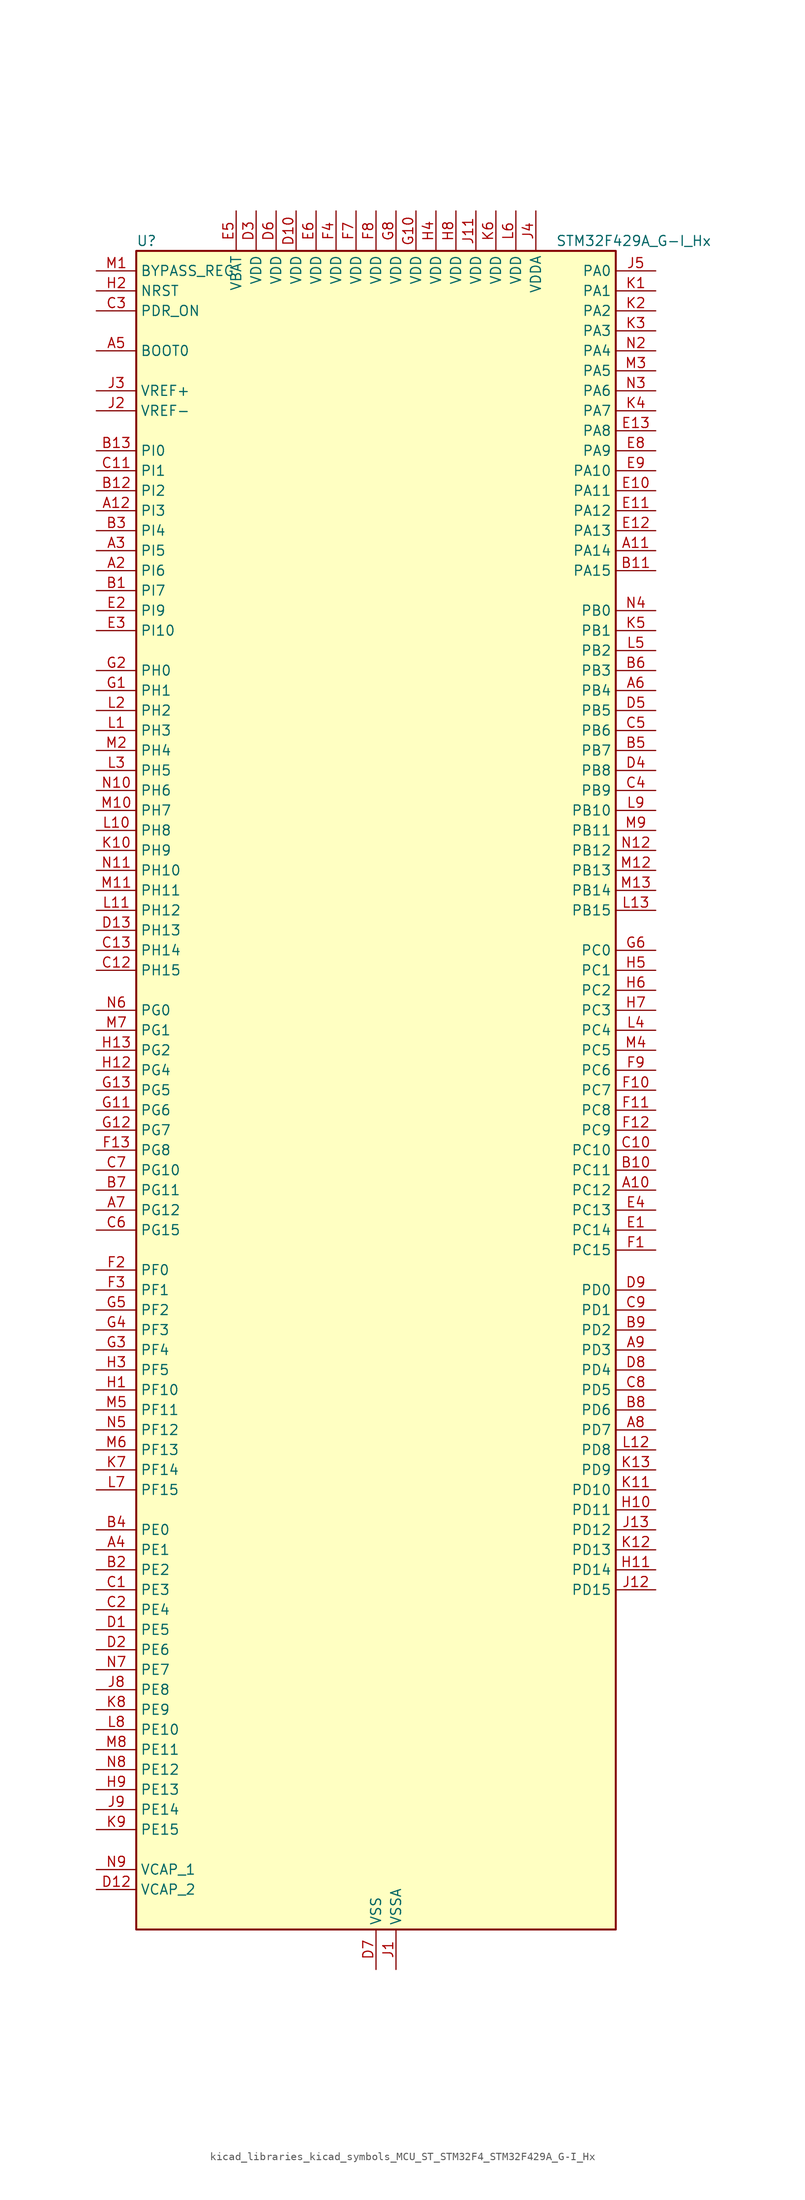
<source format=kicad_sym>
(kicad_symbol_lib
  (version 20220914)
  (generator kicad_symbol_editor)
  (symbol "kicad_libraries_kicad_symbols_MCU_ST_STM32F4_STM32F429A_G-I_Hx"
    (property "Reference" "U"
      (at -30.48 107.95 0)
      (effects (font (size 1.27 1.27)) (justify left)))
    (property "Value" "STM32F429A_G-I_Hx"
      (at 22.86 107.95 0)
      (effects (font (size 1.27 1.27)) (justify left)))
    (property "ki_locked" ""
      (at 0 0 0)
      (effects (font (size 1.27 1.27))))
    (symbol "kicad_libraries_kicad_symbols_MCU_ST_STM32F4_STM32F429A_G-I_Hx_0_1"
      (rectangle (start -30.48 -106.68) (end 30.48 106.68) (stroke (width 0.254) (type default)) (fill (type background))))
    (symbol "kicad_libraries_kicad_symbols_MCU_ST_STM32F4_STM32F429A_G-I_Hx_1_1"
      (pin no_connect line (at -30.48 -106.68 0) (length 5.08) hide (name "NC" (effects (font (size 1.27 1.27)))) (number "A1" (effects (font (size 1.27 1.27)))))
      (pin bidirectional line (at 35.56 -12.7 180) (length 5.08) (name "PC12" (effects (font (size 1.27 1.27)))) (number "A10" (effects (font (size 1.27 1.27)))) (alternate "DCMI_D9" bidirectional line) (alternate "I2S3_SD" bidirectional line) (alternate "SDIO_CK" bidirectional line) (alternate "SPI3_MOSI" bidirectional line) (alternate "UART5_TX" bidirectional line) (alternate "USART3_CK" bidirectional line))
      (pin bidirectional line (at 35.56 68.58 180) (length 5.08) (name "PA14" (effects (font (size 1.27 1.27)))) (number "A11" (effects (font (size 1.27 1.27)))) (alternate "SYS_JTCK-SWCLK" bidirectional line))
      (pin bidirectional line (at -35.56 73.66 0) (length 5.08) (name "PI3" (effects (font (size 1.27 1.27)))) (number "A12" (effects (font (size 1.27 1.27)))) (alternate "DCMI_D10" bidirectional line) (alternate "FMC_D27" bidirectional line) (alternate "I2S2_SD" bidirectional line) (alternate "SPI2_MOSI" bidirectional line) (alternate "TIM8_ETR" bidirectional line))
      (pin no_connect line (at -30.48 -104.14 0) (length 5.08) hide (name "NC" (effects (font (size 1.27 1.27)))) (number "A13" (effects (font (size 1.27 1.27)))))
      (pin bidirectional line (at -35.56 66.04 0) (length 5.08) (name "PI6" (effects (font (size 1.27 1.27)))) (number "A2" (effects (font (size 1.27 1.27)))) (alternate "DCMI_D6" bidirectional line) (alternate "FMC_D28" bidirectional line) (alternate "LTDC_B6" bidirectional line) (alternate "TIM8_CH2" bidirectional line))
      (pin bidirectional line (at -35.56 68.58 0) (length 5.08) (name "PI5" (effects (font (size 1.27 1.27)))) (number "A3" (effects (font (size 1.27 1.27)))) (alternate "DCMI_VSYNC" bidirectional line) (alternate "FMC_NBL3" bidirectional line) (alternate "LTDC_B5" bidirectional line) (alternate "TIM8_CH1" bidirectional line))
      (pin bidirectional line (at -35.56 -58.42 0) (length 5.08) (name "PE1" (effects (font (size 1.27 1.27)))) (number "A4" (effects (font (size 1.27 1.27)))) (alternate "DCMI_D3" bidirectional line) (alternate "FMC_NBL1" bidirectional line) (alternate "UART8_TX" bidirectional line))
      (pin input line (at -35.56 93.98 0) (length 5.08) (name "BOOT0" (effects (font (size 1.27 1.27)))) (number "A5" (effects (font (size 1.27 1.27)))))
      (pin bidirectional line (at 35.56 50.8 180) (length 5.08) (name "PB4" (effects (font (size 1.27 1.27)))) (number "A6" (effects (font (size 1.27 1.27)))) (alternate "I2S3_ext_SD" bidirectional line) (alternate "SPI1_MISO" bidirectional line) (alternate "SPI3_MISO" bidirectional line) (alternate "SYS_JTRST" bidirectional line) (alternate "TIM3_CH1" bidirectional line))
      (pin bidirectional line (at -35.56 -15.24 0) (length 5.08) (name "PG12" (effects (font (size 1.27 1.27)))) (number "A7" (effects (font (size 1.27 1.27)))) (alternate "FMC_NE4" bidirectional line) (alternate "LTDC_B1" bidirectional line) (alternate "LTDC_B4" bidirectional line) (alternate "USART6_RTS" bidirectional line))
      (pin bidirectional line (at 35.56 -43.18 180) (length 5.08) (name "PD7" (effects (font (size 1.27 1.27)))) (number "A8" (effects (font (size 1.27 1.27)))) (alternate "FMC_NCE2" bidirectional line) (alternate "FMC_NE1" bidirectional line) (alternate "USART2_CK" bidirectional line))
      (pin bidirectional line (at 35.56 -33.02 180) (length 5.08) (name "PD3" (effects (font (size 1.27 1.27)))) (number "A9" (effects (font (size 1.27 1.27)))) (alternate "DCMI_D5" bidirectional line) (alternate "FMC_CLK" bidirectional line) (alternate "I2S2_CK" bidirectional line) (alternate "LTDC_G7" bidirectional line) (alternate "SPI2_SCK" bidirectional line) (alternate "USART2_CTS" bidirectional line))
      (pin bidirectional line (at -35.56 63.5 0) (length 5.08) (name "PI7" (effects (font (size 1.27 1.27)))) (number "B1" (effects (font (size 1.27 1.27)))) (alternate "DCMI_D7" bidirectional line) (alternate "FMC_D29" bidirectional line) (alternate "LTDC_B7" bidirectional line) (alternate "TIM8_CH3" bidirectional line))
      (pin bidirectional line (at 35.56 -10.16 180) (length 5.08) (name "PC11" (effects (font (size 1.27 1.27)))) (number "B10" (effects (font (size 1.27 1.27)))) (alternate "ADC1_EXTI11" bidirectional line) (alternate "ADC2_EXTI11" bidirectional line) (alternate "ADC3_EXTI11" bidirectional line) (alternate "DCMI_D4" bidirectional line) (alternate "I2S3_ext_SD" bidirectional line) (alternate "SDIO_D3" bidirectional line) (alternate "SPI3_MISO" bidirectional line) (alternate "UART4_RX" bidirectional line) (alternate "USART3_RX" bidirectional line))
      (pin bidirectional line (at 35.56 66.04 180) (length 5.08) (name "PA15" (effects (font (size 1.27 1.27)))) (number "B11" (effects (font (size 1.27 1.27)))) (alternate "ADC1_EXTI15" bidirectional line) (alternate "ADC2_EXTI15" bidirectional line) (alternate "ADC3_EXTI15" bidirectional line) (alternate "I2S3_WS" bidirectional line) (alternate "SPI1_NSS" bidirectional line) (alternate "SPI3_NSS" bidirectional line) (alternate "SYS_JTDI" bidirectional line) (alternate "TIM2_CH1" bidirectional line) (alternate "TIM2_ETR" bidirectional line))
      (pin bidirectional line (at -35.56 76.2 0) (length 5.08) (name "PI2" (effects (font (size 1.27 1.27)))) (number "B12" (effects (font (size 1.27 1.27)))) (alternate "DCMI_D9" bidirectional line) (alternate "FMC_D26" bidirectional line) (alternate "I2S2_ext_SD" bidirectional line) (alternate "LTDC_G7" bidirectional line) (alternate "SPI2_MISO" bidirectional line) (alternate "TIM8_CH4" bidirectional line))
      (pin bidirectional line (at -35.56 81.28 0) (length 5.08) (name "PI0" (effects (font (size 1.27 1.27)))) (number "B13" (effects (font (size 1.27 1.27)))) (alternate "DCMI_D13" bidirectional line) (alternate "FMC_D24" bidirectional line) (alternate "I2S2_WS" bidirectional line) (alternate "LTDC_G5" bidirectional line) (alternate "SPI2_NSS" bidirectional line) (alternate "TIM5_CH4" bidirectional line))
      (pin bidirectional line (at -35.56 -60.96 0) (length 5.08) (name "PE2" (effects (font (size 1.27 1.27)))) (number "B2" (effects (font (size 1.27 1.27)))) (alternate "ETH_TXD3" bidirectional line) (alternate "FMC_A23" bidirectional line) (alternate "SAI1_MCLK_A" bidirectional line) (alternate "SPI4_SCK" bidirectional line) (alternate "SYS_TRACECLK" bidirectional line))
      (pin bidirectional line (at -35.56 71.12 0) (length 5.08) (name "PI4" (effects (font (size 1.27 1.27)))) (number "B3" (effects (font (size 1.27 1.27)))) (alternate "DCMI_D5" bidirectional line) (alternate "FMC_NBL2" bidirectional line) (alternate "LTDC_B4" bidirectional line) (alternate "TIM8_BKIN" bidirectional line))
      (pin bidirectional line (at -35.56 -55.88 0) (length 5.08) (name "PE0" (effects (font (size 1.27 1.27)))) (number "B4" (effects (font (size 1.27 1.27)))) (alternate "DCMI_D2" bidirectional line) (alternate "FMC_NBL0" bidirectional line) (alternate "TIM4_ETR" bidirectional line) (alternate "UART8_RX" bidirectional line))
      (pin bidirectional line (at 35.56 43.18 180) (length 5.08) (name "PB7" (effects (font (size 1.27 1.27)))) (number "B5" (effects (font (size 1.27 1.27)))) (alternate "DCMI_VSYNC" bidirectional line) (alternate "FMC_NL" bidirectional line) (alternate "I2C1_SDA" bidirectional line) (alternate "TIM4_CH2" bidirectional line) (alternate "USART1_RX" bidirectional line))
      (pin bidirectional line (at 35.56 53.34 180) (length 5.08) (name "PB3" (effects (font (size 1.27 1.27)))) (number "B6" (effects (font (size 1.27 1.27)))) (alternate "I2S3_CK" bidirectional line) (alternate "SPI1_SCK" bidirectional line) (alternate "SPI3_SCK" bidirectional line) (alternate "SYS_JTDO-SWO" bidirectional line) (alternate "TIM2_CH2" bidirectional line))
      (pin bidirectional line (at -35.56 -12.7 0) (length 5.08) (name "PG11" (effects (font (size 1.27 1.27)))) (number "B7" (effects (font (size 1.27 1.27)))) (alternate "ADC1_EXTI11" bidirectional line) (alternate "ADC2_EXTI11" bidirectional line) (alternate "ADC3_EXTI11" bidirectional line) (alternate "DCMI_D3" bidirectional line) (alternate "ETH_TX_EN" bidirectional line) (alternate "LTDC_B3" bidirectional line))
      (pin bidirectional line (at 35.56 -40.64 180) (length 5.08) (name "PD6" (effects (font (size 1.27 1.27)))) (number "B8" (effects (font (size 1.27 1.27)))) (alternate "DCMI_D10" bidirectional line) (alternate "FMC_NWAIT" bidirectional line) (alternate "I2S3_SD" bidirectional line) (alternate "LTDC_B2" bidirectional line) (alternate "SAI1_SD_A" bidirectional line) (alternate "SPI3_MOSI" bidirectional line) (alternate "USART2_RX" bidirectional line))
      (pin bidirectional line (at 35.56 -30.48 180) (length 5.08) (name "PD2" (effects (font (size 1.27 1.27)))) (number "B9" (effects (font (size 1.27 1.27)))) (alternate "DCMI_D11" bidirectional line) (alternate "SDIO_CMD" bidirectional line) (alternate "TIM3_ETR" bidirectional line) (alternate "UART5_RX" bidirectional line))
      (pin bidirectional line (at -35.56 -63.5 0) (length 5.08) (name "PE3" (effects (font (size 1.27 1.27)))) (number "C1" (effects (font (size 1.27 1.27)))) (alternate "FMC_A19" bidirectional line) (alternate "SAI1_SD_B" bidirectional line) (alternate "SYS_TRACED0" bidirectional line))
      (pin bidirectional line (at 35.56 -7.62 180) (length 5.08) (name "PC10" (effects (font (size 1.27 1.27)))) (number "C10" (effects (font (size 1.27 1.27)))) (alternate "DCMI_D8" bidirectional line) (alternate "I2S3_CK" bidirectional line) (alternate "LTDC_R2" bidirectional line) (alternate "SDIO_D2" bidirectional line) (alternate "SPI3_SCK" bidirectional line) (alternate "UART4_TX" bidirectional line) (alternate "USART3_TX" bidirectional line))
      (pin bidirectional line (at -35.56 78.74 0) (length 5.08) (name "PI1" (effects (font (size 1.27 1.27)))) (number "C11" (effects (font (size 1.27 1.27)))) (alternate "DCMI_D8" bidirectional line) (alternate "FMC_D25" bidirectional line) (alternate "I2S2_CK" bidirectional line) (alternate "LTDC_G6" bidirectional line) (alternate "SPI2_SCK" bidirectional line))
      (pin bidirectional line (at -35.56 15.24 0) (length 5.08) (name "PH15" (effects (font (size 1.27 1.27)))) (number "C12" (effects (font (size 1.27 1.27)))) (alternate "ADC1_EXTI15" bidirectional line) (alternate "ADC2_EXTI15" bidirectional line) (alternate "ADC3_EXTI15" bidirectional line) (alternate "DCMI_D11" bidirectional line) (alternate "FMC_D23" bidirectional line) (alternate "LTDC_G4" bidirectional line) (alternate "TIM8_CH3N" bidirectional line))
      (pin bidirectional line (at -35.56 17.78 0) (length 5.08) (name "PH14" (effects (font (size 1.27 1.27)))) (number "C13" (effects (font (size 1.27 1.27)))) (alternate "DCMI_D4" bidirectional line) (alternate "FMC_D22" bidirectional line) (alternate "LTDC_G3" bidirectional line) (alternate "TIM8_CH2N" bidirectional line))
      (pin bidirectional line (at -35.56 -66.04 0) (length 5.08) (name "PE4" (effects (font (size 1.27 1.27)))) (number "C2" (effects (font (size 1.27 1.27)))) (alternate "DCMI_D4" bidirectional line) (alternate "FMC_A20" bidirectional line) (alternate "LTDC_B0" bidirectional line) (alternate "SAI1_FS_A" bidirectional line) (alternate "SPI4_NSS" bidirectional line) (alternate "SYS_TRACED1" bidirectional line))
      (pin input line (at -35.56 99.06 0) (length 5.08) (name "PDR_ON" (effects (font (size 1.27 1.27)))) (number "C3" (effects (font (size 1.27 1.27)))))
      (pin bidirectional line (at 35.56 38.1 180) (length 5.08) (name "PB9" (effects (font (size 1.27 1.27)))) (number "C4" (effects (font (size 1.27 1.27)))) (alternate "CAN1_TX" bidirectional line) (alternate "DAC_EXTI9" bidirectional line) (alternate "DCMI_D7" bidirectional line) (alternate "I2C1_SDA" bidirectional line) (alternate "I2S2_WS" bidirectional line) (alternate "LTDC_B7" bidirectional line) (alternate "SDIO_D5" bidirectional line) (alternate "SPI2_NSS" bidirectional line) (alternate "TIM11_CH1" bidirectional line) (alternate "TIM4_CH4" bidirectional line))
      (pin bidirectional line (at 35.56 45.72 180) (length 5.08) (name "PB6" (effects (font (size 1.27 1.27)))) (number "C5" (effects (font (size 1.27 1.27)))) (alternate "CAN2_TX" bidirectional line) (alternate "DCMI_D5" bidirectional line) (alternate "FMC_SDNE1" bidirectional line) (alternate "I2C1_SCL" bidirectional line) (alternate "TIM4_CH1" bidirectional line) (alternate "USART1_TX" bidirectional line))
      (pin bidirectional line (at -35.56 -17.78 0) (length 5.08) (name "PG15" (effects (font (size 1.27 1.27)))) (number "C6" (effects (font (size 1.27 1.27)))) (alternate "ADC1_EXTI15" bidirectional line) (alternate "ADC2_EXTI15" bidirectional line) (alternate "ADC3_EXTI15" bidirectional line) (alternate "DCMI_D13" bidirectional line) (alternate "FMC_SDNCAS" bidirectional line) (alternate "USART6_CTS" bidirectional line))
      (pin bidirectional line (at -35.56 -10.16 0) (length 5.08) (name "PG10" (effects (font (size 1.27 1.27)))) (number "C7" (effects (font (size 1.27 1.27)))) (alternate "DCMI_D2" bidirectional line) (alternate "FMC_NE3" bidirectional line) (alternate "LTDC_B2" bidirectional line) (alternate "LTDC_G3" bidirectional line))
      (pin bidirectional line (at 35.56 -38.1 180) (length 5.08) (name "PD5" (effects (font (size 1.27 1.27)))) (number "C8" (effects (font (size 1.27 1.27)))) (alternate "FMC_NWE" bidirectional line) (alternate "USART2_TX" bidirectional line))
      (pin bidirectional line (at 35.56 -27.94 180) (length 5.08) (name "PD1" (effects (font (size 1.27 1.27)))) (number "C9" (effects (font (size 1.27 1.27)))) (alternate "CAN1_TX" bidirectional line) (alternate "FMC_D3" bidirectional line) (alternate "FMC_DA3" bidirectional line))
      (pin bidirectional line (at -35.56 -68.58 0) (length 5.08) (name "PE5" (effects (font (size 1.27 1.27)))) (number "D1" (effects (font (size 1.27 1.27)))) (alternate "DCMI_D6" bidirectional line) (alternate "FMC_A21" bidirectional line) (alternate "LTDC_G0" bidirectional line) (alternate "SAI1_SCK_A" bidirectional line) (alternate "SPI4_MISO" bidirectional line) (alternate "SYS_TRACED2" bidirectional line) (alternate "TIM9_CH1" bidirectional line))
      (pin power_in line (at -10.16 111.76 270) (length 5.08) (name "VDD" (effects (font (size 1.27 1.27)))) (number "D10" (effects (font (size 1.27 1.27)))))
      (pin passive line (at 0 -111.76 90) (length 5.08) hide (name "VSS" (effects (font (size 1.27 1.27)))) (number "D11" (effects (font (size 1.27 1.27)))))
      (pin power_out line (at -35.56 -101.6 0) (length 5.08) (name "VCAP_2" (effects (font (size 1.27 1.27)))) (number "D12" (effects (font (size 1.27 1.27)))))
      (pin bidirectional line (at -35.56 20.32 0) (length 5.08) (name "PH13" (effects (font (size 1.27 1.27)))) (number "D13" (effects (font (size 1.27 1.27)))) (alternate "CAN1_TX" bidirectional line) (alternate "FMC_D21" bidirectional line) (alternate "LTDC_G2" bidirectional line) (alternate "TIM8_CH1N" bidirectional line))
      (pin bidirectional line (at -35.56 -71.12 0) (length 5.08) (name "PE6" (effects (font (size 1.27 1.27)))) (number "D2" (effects (font (size 1.27 1.27)))) (alternate "DCMI_D7" bidirectional line) (alternate "FMC_A22" bidirectional line) (alternate "LTDC_G1" bidirectional line) (alternate "SAI1_SD_A" bidirectional line) (alternate "SPI4_MOSI" bidirectional line) (alternate "SYS_TRACED3" bidirectional line) (alternate "TIM9_CH2" bidirectional line))
      (pin power_in line (at -15.24 111.76 270) (length 5.08) (name "VDD" (effects (font (size 1.27 1.27)))) (number "D3" (effects (font (size 1.27 1.27)))))
      (pin bidirectional line (at 35.56 40.64 180) (length 5.08) (name "PB8" (effects (font (size 1.27 1.27)))) (number "D4" (effects (font (size 1.27 1.27)))) (alternate "CAN1_RX" bidirectional line) (alternate "DCMI_D6" bidirectional line) (alternate "ETH_TXD3" bidirectional line) (alternate "I2C1_SCL" bidirectional line) (alternate "LTDC_B6" bidirectional line) (alternate "SDIO_D4" bidirectional line) (alternate "TIM10_CH1" bidirectional line) (alternate "TIM4_CH3" bidirectional line))
      (pin bidirectional line (at 35.56 48.26 180) (length 5.08) (name "PB5" (effects (font (size 1.27 1.27)))) (number "D5" (effects (font (size 1.27 1.27)))) (alternate "CAN2_RX" bidirectional line) (alternate "DCMI_D10" bidirectional line) (alternate "ETH_PPS_OUT" bidirectional line) (alternate "FMC_SDCKE1" bidirectional line) (alternate "I2C1_SMBA" bidirectional line) (alternate "I2S3_SD" bidirectional line) (alternate "SPI1_MOSI" bidirectional line) (alternate "SPI3_MOSI" bidirectional line) (alternate "TIM3_CH2" bidirectional line) (alternate "USB_OTG_HS_ULPI_D7" bidirectional line))
      (pin power_in line (at -12.7 111.76 270) (length 5.08) (name "VDD" (effects (font (size 1.27 1.27)))) (number "D6" (effects (font (size 1.27 1.27)))))
      (pin power_in line (at 0 -111.76 90) (length 5.08) (name "VSS" (effects (font (size 1.27 1.27)))) (number "D7" (effects (font (size 1.27 1.27)))))
      (pin bidirectional line (at 35.56 -35.56 180) (length 5.08) (name "PD4" (effects (font (size 1.27 1.27)))) (number "D8" (effects (font (size 1.27 1.27)))) (alternate "FMC_NOE" bidirectional line) (alternate "USART2_RTS" bidirectional line))
      (pin bidirectional line (at 35.56 -25.4 180) (length 5.08) (name "PD0" (effects (font (size 1.27 1.27)))) (number "D9" (effects (font (size 1.27 1.27)))) (alternate "CAN1_RX" bidirectional line) (alternate "FMC_D2" bidirectional line) (alternate "FMC_DA2" bidirectional line))
      (pin bidirectional line (at 35.56 -17.78 180) (length 5.08) (name "PC14" (effects (font (size 1.27 1.27)))) (number "E1" (effects (font (size 1.27 1.27)))) (alternate "RCC_OSC32_IN" bidirectional line))
      (pin bidirectional line (at 35.56 76.2 180) (length 5.08) (name "PA11" (effects (font (size 1.27 1.27)))) (number "E10" (effects (font (size 1.27 1.27)))) (alternate "ADC1_EXTI11" bidirectional line) (alternate "ADC2_EXTI11" bidirectional line) (alternate "ADC3_EXTI11" bidirectional line) (alternate "CAN1_RX" bidirectional line) (alternate "LTDC_R4" bidirectional line) (alternate "TIM1_CH4" bidirectional line) (alternate "USART1_CTS" bidirectional line) (alternate "USB_OTG_FS_DM" bidirectional line))
      (pin bidirectional line (at 35.56 73.66 180) (length 5.08) (name "PA12" (effects (font (size 1.27 1.27)))) (number "E11" (effects (font (size 1.27 1.27)))) (alternate "CAN1_TX" bidirectional line) (alternate "LTDC_R5" bidirectional line) (alternate "TIM1_ETR" bidirectional line) (alternate "USART1_RTS" bidirectional line) (alternate "USB_OTG_FS_DP" bidirectional line))
      (pin bidirectional line (at 35.56 71.12 180) (length 5.08) (name "PA13" (effects (font (size 1.27 1.27)))) (number "E12" (effects (font (size 1.27 1.27)))) (alternate "SYS_JTMS-SWDIO" bidirectional line))
      (pin bidirectional line (at 35.56 83.82 180) (length 5.08) (name "PA8" (effects (font (size 1.27 1.27)))) (number "E13" (effects (font (size 1.27 1.27)))) (alternate "I2C3_SCL" bidirectional line) (alternate "LTDC_R6" bidirectional line) (alternate "RCC_MCO_1" bidirectional line) (alternate "TIM1_CH1" bidirectional line) (alternate "USART1_CK" bidirectional line) (alternate "USB_OTG_FS_SOF" bidirectional line))
      (pin bidirectional line (at -35.56 60.96 0) (length 5.08) (name "PI9" (effects (font (size 1.27 1.27)))) (number "E2" (effects (font (size 1.27 1.27)))) (alternate "CAN1_RX" bidirectional line) (alternate "DAC_EXTI9" bidirectional line) (alternate "FMC_D30" bidirectional line) (alternate "LTDC_VSYNC" bidirectional line))
      (pin bidirectional line (at -35.56 58.42 0) (length 5.08) (name "PI10" (effects (font (size 1.27 1.27)))) (number "E3" (effects (font (size 1.27 1.27)))) (alternate "ETH_RX_ER" bidirectional line) (alternate "FMC_D31" bidirectional line) (alternate "LTDC_HSYNC" bidirectional line))
      (pin bidirectional line (at 35.56 -15.24 180) (length 5.08) (name "PC13" (effects (font (size 1.27 1.27)))) (number "E4" (effects (font (size 1.27 1.27)))) (alternate "RTC_AF1" bidirectional line))
      (pin power_in line (at -17.78 111.76 270) (length 5.08) (name "VBAT" (effects (font (size 1.27 1.27)))) (number "E5" (effects (font (size 1.27 1.27)))))
      (pin power_in line (at -7.62 111.76 270) (length 5.08) (name "VDD" (effects (font (size 1.27 1.27)))) (number "E6" (effects (font (size 1.27 1.27)))))
      (pin passive line (at 0 -111.76 90) (length 5.08) hide (name "VSS" (effects (font (size 1.27 1.27)))) (number "E7" (effects (font (size 1.27 1.27)))))
      (pin bidirectional line (at 35.56 81.28 180) (length 5.08) (name "PA9" (effects (font (size 1.27 1.27)))) (number "E8" (effects (font (size 1.27 1.27)))) (alternate "DAC_EXTI9" bidirectional line) (alternate "DCMI_D0" bidirectional line) (alternate "I2C3_SMBA" bidirectional line) (alternate "TIM1_CH2" bidirectional line) (alternate "USART1_TX" bidirectional line) (alternate "USB_OTG_FS_VBUS" bidirectional line))
      (pin bidirectional line (at 35.56 78.74 180) (length 5.08) (name "PA10" (effects (font (size 1.27 1.27)))) (number "E9" (effects (font (size 1.27 1.27)))) (alternate "DCMI_D1" bidirectional line) (alternate "TIM1_CH3" bidirectional line) (alternate "USART1_RX" bidirectional line) (alternate "USB_OTG_FS_ID" bidirectional line))
      (pin bidirectional line (at 35.56 -20.32 180) (length 5.08) (name "PC15" (effects (font (size 1.27 1.27)))) (number "F1" (effects (font (size 1.27 1.27)))) (alternate "ADC1_EXTI15" bidirectional line) (alternate "ADC2_EXTI15" bidirectional line) (alternate "ADC3_EXTI15" bidirectional line) (alternate "RCC_OSC32_OUT" bidirectional line))
      (pin bidirectional line (at 35.56 0 180) (length 5.08) (name "PC7" (effects (font (size 1.27 1.27)))) (number "F10" (effects (font (size 1.27 1.27)))) (alternate "DCMI_D1" bidirectional line) (alternate "I2S3_MCK" bidirectional line) (alternate "LTDC_G6" bidirectional line) (alternate "SDIO_D7" bidirectional line) (alternate "TIM3_CH2" bidirectional line) (alternate "TIM8_CH2" bidirectional line) (alternate "USART6_RX" bidirectional line))
      (pin bidirectional line (at 35.56 -2.54 180) (length 5.08) (name "PC8" (effects (font (size 1.27 1.27)))) (number "F11" (effects (font (size 1.27 1.27)))) (alternate "DCMI_D2" bidirectional line) (alternate "SDIO_D0" bidirectional line) (alternate "TIM3_CH3" bidirectional line) (alternate "TIM8_CH3" bidirectional line) (alternate "USART6_CK" bidirectional line))
      (pin bidirectional line (at 35.56 -5.08 180) (length 5.08) (name "PC9" (effects (font (size 1.27 1.27)))) (number "F12" (effects (font (size 1.27 1.27)))) (alternate "DAC_EXTI9" bidirectional line) (alternate "DCMI_D3" bidirectional line) (alternate "I2C3_SDA" bidirectional line) (alternate "I2S_CKIN" bidirectional line) (alternate "RCC_MCO_2" bidirectional line) (alternate "SDIO_D1" bidirectional line) (alternate "TIM3_CH4" bidirectional line) (alternate "TIM8_CH4" bidirectional line))
      (pin bidirectional line (at -35.56 -7.62 0) (length 5.08) (name "PG8" (effects (font (size 1.27 1.27)))) (number "F13" (effects (font (size 1.27 1.27)))) (alternate "ETH_PPS_OUT" bidirectional line) (alternate "FMC_SDCLK" bidirectional line) (alternate "USART6_RTS" bidirectional line))
      (pin bidirectional line (at -35.56 -22.86 0) (length 5.08) (name "PF0" (effects (font (size 1.27 1.27)))) (number "F2" (effects (font (size 1.27 1.27)))) (alternate "FMC_A0" bidirectional line) (alternate "I2C2_SDA" bidirectional line))
      (pin bidirectional line (at -35.56 -25.4 0) (length 5.08) (name "PF1" (effects (font (size 1.27 1.27)))) (number "F3" (effects (font (size 1.27 1.27)))) (alternate "FMC_A1" bidirectional line) (alternate "I2C2_SCL" bidirectional line))
      (pin power_in line (at -5.08 111.76 270) (length 5.08) (name "VDD" (effects (font (size 1.27 1.27)))) (number "F4" (effects (font (size 1.27 1.27)))))
      (pin passive line (at 0 -111.76 90) (length 5.08) hide (name "VSS" (effects (font (size 1.27 1.27)))) (number "F5" (effects (font (size 1.27 1.27)))))
      (pin passive line (at 0 -111.76 90) (length 5.08) hide (name "VSS" (effects (font (size 1.27 1.27)))) (number "F6" (effects (font (size 1.27 1.27)))))
      (pin power_in line (at -2.54 111.76 270) (length 5.08) (name "VDD" (effects (font (size 1.27 1.27)))) (number "F7" (effects (font (size 1.27 1.27)))))
      (pin power_in line (at 0 111.76 270) (length 5.08) (name "VDD" (effects (font (size 1.27 1.27)))) (number "F8" (effects (font (size 1.27 1.27)))))
      (pin bidirectional line (at 35.56 2.54 180) (length 5.08) (name "PC6" (effects (font (size 1.27 1.27)))) (number "F9" (effects (font (size 1.27 1.27)))) (alternate "DCMI_D0" bidirectional line) (alternate "I2S2_MCK" bidirectional line) (alternate "LTDC_HSYNC" bidirectional line) (alternate "SDIO_D6" bidirectional line) (alternate "TIM3_CH1" bidirectional line) (alternate "TIM8_CH1" bidirectional line) (alternate "USART6_TX" bidirectional line))
      (pin bidirectional line (at -35.56 50.8 0) (length 5.08) (name "PH1" (effects (font (size 1.27 1.27)))) (number "G1" (effects (font (size 1.27 1.27)))) (alternate "RCC_OSC_OUT" bidirectional line))
      (pin power_in line (at 5.08 111.76 270) (length 5.08) (name "VDD" (effects (font (size 1.27 1.27)))) (number "G10" (effects (font (size 1.27 1.27)))))
      (pin bidirectional line (at -35.56 -2.54 0) (length 5.08) (name "PG6" (effects (font (size 1.27 1.27)))) (number "G11" (effects (font (size 1.27 1.27)))) (alternate "DCMI_D12" bidirectional line) (alternate "FMC_INT2" bidirectional line) (alternate "LTDC_R7" bidirectional line))
      (pin bidirectional line (at -35.56 -5.08 0) (length 5.08) (name "PG7" (effects (font (size 1.27 1.27)))) (number "G12" (effects (font (size 1.27 1.27)))) (alternate "DCMI_D13" bidirectional line) (alternate "LTDC_CLK" bidirectional line) (alternate "USART6_CK" bidirectional line))
      (pin bidirectional line (at -35.56 0 0) (length 5.08) (name "PG5" (effects (font (size 1.27 1.27)))) (number "G13" (effects (font (size 1.27 1.27)))) (alternate "FMC_A15" bidirectional line) (alternate "FMC_BA1" bidirectional line))
      (pin bidirectional line (at -35.56 53.34 0) (length 5.08) (name "PH0" (effects (font (size 1.27 1.27)))) (number "G2" (effects (font (size 1.27 1.27)))) (alternate "RCC_OSC_IN" bidirectional line))
      (pin bidirectional line (at -35.56 -33.02 0) (length 5.08) (name "PF4" (effects (font (size 1.27 1.27)))) (number "G3" (effects (font (size 1.27 1.27)))) (alternate "ADC3_IN14" bidirectional line) (alternate "FMC_A4" bidirectional line))
      (pin bidirectional line (at -35.56 -30.48 0) (length 5.08) (name "PF3" (effects (font (size 1.27 1.27)))) (number "G4" (effects (font (size 1.27 1.27)))) (alternate "ADC3_IN9" bidirectional line) (alternate "FMC_A3" bidirectional line))
      (pin bidirectional line (at -35.56 -27.94 0) (length 5.08) (name "PF2" (effects (font (size 1.27 1.27)))) (number "G5" (effects (font (size 1.27 1.27)))) (alternate "FMC_A2" bidirectional line) (alternate "I2C2_SMBA" bidirectional line))
      (pin bidirectional line (at 35.56 17.78 180) (length 5.08) (name "PC0" (effects (font (size 1.27 1.27)))) (number "G6" (effects (font (size 1.27 1.27)))) (alternate "ADC1_IN10" bidirectional line) (alternate "ADC2_IN10" bidirectional line) (alternate "ADC3_IN10" bidirectional line) (alternate "FMC_SDNWE" bidirectional line) (alternate "USB_OTG_HS_ULPI_STP" bidirectional line))
      (pin passive line (at 0 -111.76 90) (length 5.08) hide (name "VSS" (effects (font (size 1.27 1.27)))) (number "G7" (effects (font (size 1.27 1.27)))))
      (pin power_in line (at 2.54 111.76 270) (length 5.08) (name "VDD" (effects (font (size 1.27 1.27)))) (number "G8" (effects (font (size 1.27 1.27)))))
      (pin passive line (at 0 -111.76 90) (length 5.08) hide (name "VSS" (effects (font (size 1.27 1.27)))) (number "G9" (effects (font (size 1.27 1.27)))))
      (pin bidirectional line (at -35.56 -38.1 0) (length 5.08) (name "PF10" (effects (font (size 1.27 1.27)))) (number "H1" (effects (font (size 1.27 1.27)))) (alternate "ADC3_IN8" bidirectional line) (alternate "DCMI_D11" bidirectional line) (alternate "LTDC_DE" bidirectional line))
      (pin bidirectional line (at 35.56 -53.34 180) (length 5.08) (name "PD11" (effects (font (size 1.27 1.27)))) (number "H10" (effects (font (size 1.27 1.27)))) (alternate "ADC1_EXTI11" bidirectional line) (alternate "ADC2_EXTI11" bidirectional line) (alternate "ADC3_EXTI11" bidirectional line) (alternate "FMC_A16" bidirectional line) (alternate "FMC_CLE" bidirectional line) (alternate "USART3_CTS" bidirectional line))
      (pin bidirectional line (at 35.56 -60.96 180) (length 5.08) (name "PD14" (effects (font (size 1.27 1.27)))) (number "H11" (effects (font (size 1.27 1.27)))) (alternate "FMC_D0" bidirectional line) (alternate "FMC_DA0" bidirectional line) (alternate "TIM4_CH3" bidirectional line))
      (pin bidirectional line (at -35.56 2.54 0) (length 5.08) (name "PG4" (effects (font (size 1.27 1.27)))) (number "H12" (effects (font (size 1.27 1.27)))) (alternate "FMC_A14" bidirectional line) (alternate "FMC_BA0" bidirectional line))
      (pin bidirectional line (at -35.56 5.08 0) (length 5.08) (name "PG2" (effects (font (size 1.27 1.27)))) (number "H13" (effects (font (size 1.27 1.27)))) (alternate "FMC_A12" bidirectional line))
      (pin input line (at -35.56 101.6 0) (length 5.08) (name "NRST" (effects (font (size 1.27 1.27)))) (number "H2" (effects (font (size 1.27 1.27)))))
      (pin bidirectional line (at -35.56 -35.56 0) (length 5.08) (name "PF5" (effects (font (size 1.27 1.27)))) (number "H3" (effects (font (size 1.27 1.27)))) (alternate "ADC3_IN15" bidirectional line) (alternate "FMC_A5" bidirectional line))
      (pin power_in line (at 7.62 111.76 270) (length 5.08) (name "VDD" (effects (font (size 1.27 1.27)))) (number "H4" (effects (font (size 1.27 1.27)))))
      (pin bidirectional line (at 35.56 15.24 180) (length 5.08) (name "PC1" (effects (font (size 1.27 1.27)))) (number "H5" (effects (font (size 1.27 1.27)))) (alternate "ADC1_IN11" bidirectional line) (alternate "ADC2_IN11" bidirectional line) (alternate "ADC3_IN11" bidirectional line) (alternate "ETH_MDC" bidirectional line))
      (pin bidirectional line (at 35.56 12.7 180) (length 5.08) (name "PC2" (effects (font (size 1.27 1.27)))) (number "H6" (effects (font (size 1.27 1.27)))) (alternate "ADC1_IN12" bidirectional line) (alternate "ADC2_IN12" bidirectional line) (alternate "ADC3_IN12" bidirectional line) (alternate "ETH_TXD2" bidirectional line) (alternate "FMC_SDNE0" bidirectional line) (alternate "I2S2_ext_SD" bidirectional line) (alternate "SPI2_MISO" bidirectional line) (alternate "USB_OTG_HS_ULPI_DIR" bidirectional line))
      (pin bidirectional line (at 35.56 10.16 180) (length 5.08) (name "PC3" (effects (font (size 1.27 1.27)))) (number "H7" (effects (font (size 1.27 1.27)))) (alternate "ADC1_IN13" bidirectional line) (alternate "ADC2_IN13" bidirectional line) (alternate "ADC3_IN13" bidirectional line) (alternate "ETH_TX_CLK" bidirectional line) (alternate "FMC_SDCKE0" bidirectional line) (alternate "I2S2_SD" bidirectional line) (alternate "SPI2_MOSI" bidirectional line) (alternate "USB_OTG_HS_ULPI_NXT" bidirectional line))
      (pin power_in line (at 10.16 111.76 270) (length 5.08) (name "VDD" (effects (font (size 1.27 1.27)))) (number "H8" (effects (font (size 1.27 1.27)))))
      (pin bidirectional line (at -35.56 -88.9 0) (length 5.08) (name "PE13" (effects (font (size 1.27 1.27)))) (number "H9" (effects (font (size 1.27 1.27)))) (alternate "FMC_D10" bidirectional line) (alternate "FMC_DA10" bidirectional line) (alternate "LTDC_DE" bidirectional line) (alternate "SPI4_MISO" bidirectional line) (alternate "TIM1_CH3" bidirectional line))
      (pin power_in line (at 2.54 -111.76 90) (length 5.08) (name "VSSA" (effects (font (size 1.27 1.27)))) (number "J1" (effects (font (size 1.27 1.27)))))
      (pin passive line (at 0 -111.76 90) (length 5.08) hide (name "VSS" (effects (font (size 1.27 1.27)))) (number "J10" (effects (font (size 1.27 1.27)))))
      (pin power_in line (at 12.7 111.76 270) (length 5.08) (name "VDD" (effects (font (size 1.27 1.27)))) (number "J11" (effects (font (size 1.27 1.27)))))
      (pin bidirectional line (at 35.56 -63.5 180) (length 5.08) (name "PD15" (effects (font (size 1.27 1.27)))) (number "J12" (effects (font (size 1.27 1.27)))) (alternate "ADC1_EXTI15" bidirectional line) (alternate "ADC2_EXTI15" bidirectional line) (alternate "ADC3_EXTI15" bidirectional line) (alternate "FMC_D1" bidirectional line) (alternate "FMC_DA1" bidirectional line) (alternate "TIM4_CH4" bidirectional line))
      (pin bidirectional line (at 35.56 -55.88 180) (length 5.08) (name "PD12" (effects (font (size 1.27 1.27)))) (number "J13" (effects (font (size 1.27 1.27)))) (alternate "FMC_A17" bidirectional line) (alternate "FMC_ALE" bidirectional line) (alternate "TIM4_CH1" bidirectional line) (alternate "USART3_RTS" bidirectional line))
      (pin input line (at -35.56 86.36 0) (length 5.08) (name "VREF-" (effects (font (size 1.27 1.27)))) (number "J2" (effects (font (size 1.27 1.27)))))
      (pin input line (at -35.56 88.9 0) (length 5.08) (name "VREF+" (effects (font (size 1.27 1.27)))) (number "J3" (effects (font (size 1.27 1.27)))))
      (pin power_in line (at 20.32 111.76 270) (length 5.08) (name "VDDA" (effects (font (size 1.27 1.27)))) (number "J4" (effects (font (size 1.27 1.27)))))
      (pin bidirectional line (at 35.56 104.14 180) (length 5.08) (name "PA0" (effects (font (size 1.27 1.27)))) (number "J5" (effects (font (size 1.27 1.27)))) (alternate "ADC1_IN0" bidirectional line) (alternate "ADC2_IN0" bidirectional line) (alternate "ADC3_IN0" bidirectional line) (alternate "ETH_CRS" bidirectional line) (alternate "SYS_WKUP" bidirectional line) (alternate "TIM2_CH1" bidirectional line) (alternate "TIM2_ETR" bidirectional line) (alternate "TIM5_CH1" bidirectional line) (alternate "TIM8_ETR" bidirectional line) (alternate "UART4_TX" bidirectional line) (alternate "USART2_CTS" bidirectional line))
      (pin passive line (at 0 -111.76 90) (length 5.08) hide (name "VSS" (effects (font (size 1.27 1.27)))) (number "J6" (effects (font (size 1.27 1.27)))))
      (pin passive line (at 0 -111.76 90) (length 5.08) hide (name "VSS" (effects (font (size 1.27 1.27)))) (number "J7" (effects (font (size 1.27 1.27)))))
      (pin bidirectional line (at -35.56 -76.2 0) (length 5.08) (name "PE8" (effects (font (size 1.27 1.27)))) (number "J8" (effects (font (size 1.27 1.27)))) (alternate "FMC_D5" bidirectional line) (alternate "FMC_DA5" bidirectional line) (alternate "TIM1_CH1N" bidirectional line) (alternate "UART7_TX" bidirectional line))
      (pin bidirectional line (at -35.56 -91.44 0) (length 5.08) (name "PE14" (effects (font (size 1.27 1.27)))) (number "J9" (effects (font (size 1.27 1.27)))) (alternate "FMC_D11" bidirectional line) (alternate "FMC_DA11" bidirectional line) (alternate "LTDC_CLK" bidirectional line) (alternate "SPI4_MOSI" bidirectional line) (alternate "TIM1_CH4" bidirectional line))
      (pin bidirectional line (at 35.56 101.6 180) (length 5.08) (name "PA1" (effects (font (size 1.27 1.27)))) (number "K1" (effects (font (size 1.27 1.27)))) (alternate "ADC1_IN1" bidirectional line) (alternate "ADC2_IN1" bidirectional line) (alternate "ADC3_IN1" bidirectional line) (alternate "ETH_REF_CLK" bidirectional line) (alternate "ETH_RX_CLK" bidirectional line) (alternate "TIM2_CH2" bidirectional line) (alternate "TIM5_CH2" bidirectional line) (alternate "UART4_RX" bidirectional line) (alternate "USART2_RTS" bidirectional line))
      (pin bidirectional line (at -35.56 30.48 0) (length 5.08) (name "PH9" (effects (font (size 1.27 1.27)))) (number "K10" (effects (font (size 1.27 1.27)))) (alternate "DAC_EXTI9" bidirectional line) (alternate "DCMI_D0" bidirectional line) (alternate "FMC_D17" bidirectional line) (alternate "I2C3_SMBA" bidirectional line) (alternate "LTDC_R3" bidirectional line) (alternate "TIM12_CH2" bidirectional line))
      (pin bidirectional line (at 35.56 -50.8 180) (length 5.08) (name "PD10" (effects (font (size 1.27 1.27)))) (number "K11" (effects (font (size 1.27 1.27)))) (alternate "FMC_D15" bidirectional line) (alternate "FMC_DA15" bidirectional line) (alternate "LTDC_B3" bidirectional line) (alternate "USART3_CK" bidirectional line))
      (pin bidirectional line (at 35.56 -58.42 180) (length 5.08) (name "PD13" (effects (font (size 1.27 1.27)))) (number "K12" (effects (font (size 1.27 1.27)))) (alternate "FMC_A18" bidirectional line) (alternate "TIM4_CH2" bidirectional line))
      (pin bidirectional line (at 35.56 -48.26 180) (length 5.08) (name "PD9" (effects (font (size 1.27 1.27)))) (number "K13" (effects (font (size 1.27 1.27)))) (alternate "DAC_EXTI9" bidirectional line) (alternate "FMC_D14" bidirectional line) (alternate "FMC_DA14" bidirectional line) (alternate "USART3_RX" bidirectional line))
      (pin bidirectional line (at 35.56 99.06 180) (length 5.08) (name "PA2" (effects (font (size 1.27 1.27)))) (number "K2" (effects (font (size 1.27 1.27)))) (alternate "ADC1_IN2" bidirectional line) (alternate "ADC2_IN2" bidirectional line) (alternate "ADC3_IN2" bidirectional line) (alternate "ETH_MDIO" bidirectional line) (alternate "TIM2_CH3" bidirectional line) (alternate "TIM5_CH3" bidirectional line) (alternate "TIM9_CH1" bidirectional line) (alternate "USART2_TX" bidirectional line))
      (pin bidirectional line (at 35.56 96.52 180) (length 5.08) (name "PA3" (effects (font (size 1.27 1.27)))) (number "K3" (effects (font (size 1.27 1.27)))) (alternate "ADC1_IN3" bidirectional line) (alternate "ADC2_IN3" bidirectional line) (alternate "ADC3_IN3" bidirectional line) (alternate "ETH_COL" bidirectional line) (alternate "LTDC_B5" bidirectional line) (alternate "TIM2_CH4" bidirectional line) (alternate "TIM5_CH4" bidirectional line) (alternate "TIM9_CH2" bidirectional line) (alternate "USART2_RX" bidirectional line) (alternate "USB_OTG_HS_ULPI_D0" bidirectional line))
      (pin bidirectional line (at 35.56 86.36 180) (length 5.08) (name "PA7" (effects (font (size 1.27 1.27)))) (number "K4" (effects (font (size 1.27 1.27)))) (alternate "ADC1_IN7" bidirectional line) (alternate "ADC2_IN7" bidirectional line) (alternate "ETH_CRS_DV" bidirectional line) (alternate "ETH_RX_DV" bidirectional line) (alternate "SPI1_MOSI" bidirectional line) (alternate "TIM14_CH1" bidirectional line) (alternate "TIM1_CH1N" bidirectional line) (alternate "TIM3_CH2" bidirectional line) (alternate "TIM8_CH1N" bidirectional line))
      (pin bidirectional line (at 35.56 58.42 180) (length 5.08) (name "PB1" (effects (font (size 1.27 1.27)))) (number "K5" (effects (font (size 1.27 1.27)))) (alternate "ADC1_IN9" bidirectional line) (alternate "ADC2_IN9" bidirectional line) (alternate "ETH_RXD3" bidirectional line) (alternate "LTDC_R6" bidirectional line) (alternate "TIM1_CH3N" bidirectional line) (alternate "TIM3_CH4" bidirectional line) (alternate "TIM8_CH3N" bidirectional line) (alternate "USB_OTG_HS_ULPI_D2" bidirectional line))
      (pin power_in line (at 15.24 111.76 270) (length 5.08) (name "VDD" (effects (font (size 1.27 1.27)))) (number "K6" (effects (font (size 1.27 1.27)))))
      (pin bidirectional line (at -35.56 -48.26 0) (length 5.08) (name "PF14" (effects (font (size 1.27 1.27)))) (number "K7" (effects (font (size 1.27 1.27)))) (alternate "FMC_A8" bidirectional line))
      (pin bidirectional line (at -35.56 -78.74 0) (length 5.08) (name "PE9" (effects (font (size 1.27 1.27)))) (number "K8" (effects (font (size 1.27 1.27)))) (alternate "DAC_EXTI9" bidirectional line) (alternate "FMC_D6" bidirectional line) (alternate "FMC_DA6" bidirectional line) (alternate "TIM1_CH1" bidirectional line))
      (pin bidirectional line (at -35.56 -93.98 0) (length 5.08) (name "PE15" (effects (font (size 1.27 1.27)))) (number "K9" (effects (font (size 1.27 1.27)))) (alternate "ADC1_EXTI15" bidirectional line) (alternate "ADC2_EXTI15" bidirectional line) (alternate "ADC3_EXTI15" bidirectional line) (alternate "FMC_D12" bidirectional line) (alternate "FMC_DA12" bidirectional line) (alternate "LTDC_R7" bidirectional line) (alternate "TIM1_BKIN" bidirectional line))
      (pin bidirectional line (at -35.56 45.72 0) (length 5.08) (name "PH3" (effects (font (size 1.27 1.27)))) (number "L1" (effects (font (size 1.27 1.27)))) (alternate "ETH_COL" bidirectional line) (alternate "FMC_SDNE0" bidirectional line) (alternate "LTDC_R1" bidirectional line))
      (pin bidirectional line (at -35.56 33.02 0) (length 5.08) (name "PH8" (effects (font (size 1.27 1.27)))) (number "L10" (effects (font (size 1.27 1.27)))) (alternate "DCMI_HSYNC" bidirectional line) (alternate "FMC_D16" bidirectional line) (alternate "I2C3_SDA" bidirectional line) (alternate "LTDC_R2" bidirectional line))
      (pin bidirectional line (at -35.56 22.86 0) (length 5.08) (name "PH12" (effects (font (size 1.27 1.27)))) (number "L11" (effects (font (size 1.27 1.27)))) (alternate "DCMI_D3" bidirectional line) (alternate "FMC_D20" bidirectional line) (alternate "LTDC_R6" bidirectional line) (alternate "TIM5_CH3" bidirectional line))
      (pin bidirectional line (at 35.56 -45.72 180) (length 5.08) (name "PD8" (effects (font (size 1.27 1.27)))) (number "L12" (effects (font (size 1.27 1.27)))) (alternate "FMC_D13" bidirectional line) (alternate "FMC_DA13" bidirectional line) (alternate "USART3_TX" bidirectional line))
      (pin bidirectional line (at 35.56 22.86 180) (length 5.08) (name "PB15" (effects (font (size 1.27 1.27)))) (number "L13" (effects (font (size 1.27 1.27)))) (alternate "ADC1_EXTI15" bidirectional line) (alternate "ADC2_EXTI15" bidirectional line) (alternate "ADC3_EXTI15" bidirectional line) (alternate "I2S2_SD" bidirectional line) (alternate "RTC_REFIN" bidirectional line) (alternate "SPI2_MOSI" bidirectional line) (alternate "TIM12_CH2" bidirectional line) (alternate "TIM1_CH3N" bidirectional line) (alternate "TIM8_CH3N" bidirectional line) (alternate "USB_OTG_HS_DP" bidirectional line))
      (pin bidirectional line (at -35.56 48.26 0) (length 5.08) (name "PH2" (effects (font (size 1.27 1.27)))) (number "L2" (effects (font (size 1.27 1.27)))) (alternate "ETH_CRS" bidirectional line) (alternate "FMC_SDCKE0" bidirectional line) (alternate "LTDC_R0" bidirectional line))
      (pin bidirectional line (at -35.56 40.64 0) (length 5.08) (name "PH5" (effects (font (size 1.27 1.27)))) (number "L3" (effects (font (size 1.27 1.27)))) (alternate "FMC_SDNWE" bidirectional line) (alternate "I2C2_SDA" bidirectional line) (alternate "SPI5_NSS" bidirectional line))
      (pin bidirectional line (at 35.56 7.62 180) (length 5.08) (name "PC4" (effects (font (size 1.27 1.27)))) (number "L4" (effects (font (size 1.27 1.27)))) (alternate "ADC1_IN14" bidirectional line) (alternate "ADC2_IN14" bidirectional line) (alternate "ETH_RXD0" bidirectional line))
      (pin bidirectional line (at 35.56 55.88 180) (length 5.08) (name "PB2" (effects (font (size 1.27 1.27)))) (number "L5" (effects (font (size 1.27 1.27)))))
      (pin power_in line (at 17.78 111.76 270) (length 5.08) (name "VDD" (effects (font (size 1.27 1.27)))) (number "L6" (effects (font (size 1.27 1.27)))))
      (pin bidirectional line (at -35.56 -50.8 0) (length 5.08) (name "PF15" (effects (font (size 1.27 1.27)))) (number "L7" (effects (font (size 1.27 1.27)))) (alternate "ADC1_EXTI15" bidirectional line) (alternate "ADC2_EXTI15" bidirectional line) (alternate "ADC3_EXTI15" bidirectional line) (alternate "FMC_A9" bidirectional line))
      (pin bidirectional line (at -35.56 -81.28 0) (length 5.08) (name "PE10" (effects (font (size 1.27 1.27)))) (number "L8" (effects (font (size 1.27 1.27)))) (alternate "FMC_D7" bidirectional line) (alternate "FMC_DA7" bidirectional line) (alternate "TIM1_CH2N" bidirectional line))
      (pin bidirectional line (at 35.56 35.56 180) (length 5.08) (name "PB10" (effects (font (size 1.27 1.27)))) (number "L9" (effects (font (size 1.27 1.27)))) (alternate "ETH_RX_ER" bidirectional line) (alternate "I2C2_SCL" bidirectional line) (alternate "I2S2_CK" bidirectional line) (alternate "LTDC_G4" bidirectional line) (alternate "SPI2_SCK" bidirectional line) (alternate "TIM2_CH3" bidirectional line) (alternate "USART3_TX" bidirectional line) (alternate "USB_OTG_HS_ULPI_D3" bidirectional line))
      (pin input line (at -35.56 104.14 0) (length 5.08) (name "BYPASS_REG" (effects (font (size 1.27 1.27)))) (number "M1" (effects (font (size 1.27 1.27)))))
      (pin bidirectional line (at -35.56 35.56 0) (length 5.08) (name "PH7" (effects (font (size 1.27 1.27)))) (number "M10" (effects (font (size 1.27 1.27)))) (alternate "DCMI_D9" bidirectional line) (alternate "ETH_RXD3" bidirectional line) (alternate "FMC_SDCKE1" bidirectional line) (alternate "I2C3_SCL" bidirectional line) (alternate "SPI5_MISO" bidirectional line))
      (pin bidirectional line (at -35.56 25.4 0) (length 5.08) (name "PH11" (effects (font (size 1.27 1.27)))) (number "M11" (effects (font (size 1.27 1.27)))) (alternate "ADC1_EXTI11" bidirectional line) (alternate "ADC2_EXTI11" bidirectional line) (alternate "ADC3_EXTI11" bidirectional line) (alternate "DCMI_D2" bidirectional line) (alternate "FMC_D19" bidirectional line) (alternate "LTDC_R5" bidirectional line) (alternate "TIM5_CH2" bidirectional line))
      (pin bidirectional line (at 35.56 27.94 180) (length 5.08) (name "PB13" (effects (font (size 1.27 1.27)))) (number "M12" (effects (font (size 1.27 1.27)))) (alternate "CAN2_TX" bidirectional line) (alternate "ETH_TXD1" bidirectional line) (alternate "I2S2_CK" bidirectional line) (alternate "SPI2_SCK" bidirectional line) (alternate "TIM1_CH1N" bidirectional line) (alternate "USART3_CTS" bidirectional line) (alternate "USB_OTG_HS_ULPI_D6" bidirectional line) (alternate "USB_OTG_HS_VBUS" bidirectional line))
      (pin bidirectional line (at 35.56 25.4 180) (length 5.08) (name "PB14" (effects (font (size 1.27 1.27)))) (number "M13" (effects (font (size 1.27 1.27)))) (alternate "I2S2_ext_SD" bidirectional line) (alternate "SPI2_MISO" bidirectional line) (alternate "TIM12_CH1" bidirectional line) (alternate "TIM1_CH2N" bidirectional line) (alternate "TIM8_CH2N" bidirectional line) (alternate "USART3_RTS" bidirectional line) (alternate "USB_OTG_HS_DM" bidirectional line))
      (pin bidirectional line (at -35.56 43.18 0) (length 5.08) (name "PH4" (effects (font (size 1.27 1.27)))) (number "M2" (effects (font (size 1.27 1.27)))) (alternate "I2C2_SCL" bidirectional line) (alternate "USB_OTG_HS_ULPI_NXT" bidirectional line))
      (pin bidirectional line (at 35.56 91.44 180) (length 5.08) (name "PA5" (effects (font (size 1.27 1.27)))) (number "M3" (effects (font (size 1.27 1.27)))) (alternate "ADC1_IN5" bidirectional line) (alternate "ADC2_IN5" bidirectional line) (alternate "DAC_OUT2" bidirectional line) (alternate "SPI1_SCK" bidirectional line) (alternate "TIM2_CH1" bidirectional line) (alternate "TIM2_ETR" bidirectional line) (alternate "TIM8_CH1N" bidirectional line) (alternate "USB_OTG_HS_ULPI_CK" bidirectional line))
      (pin bidirectional line (at 35.56 5.08 180) (length 5.08) (name "PC5" (effects (font (size 1.27 1.27)))) (number "M4" (effects (font (size 1.27 1.27)))) (alternate "ADC1_IN15" bidirectional line) (alternate "ADC2_IN15" bidirectional line) (alternate "ETH_RXD1" bidirectional line))
      (pin bidirectional line (at -35.56 -40.64 0) (length 5.08) (name "PF11" (effects (font (size 1.27 1.27)))) (number "M5" (effects (font (size 1.27 1.27)))) (alternate "ADC1_EXTI11" bidirectional line) (alternate "ADC2_EXTI11" bidirectional line) (alternate "ADC3_EXTI11" bidirectional line) (alternate "DCMI_D12" bidirectional line) (alternate "FMC_SDNRAS" bidirectional line) (alternate "SPI5_MOSI" bidirectional line))
      (pin bidirectional line (at -35.56 -45.72 0) (length 5.08) (name "PF13" (effects (font (size 1.27 1.27)))) (number "M6" (effects (font (size 1.27 1.27)))) (alternate "FMC_A7" bidirectional line))
      (pin bidirectional line (at -35.56 7.62 0) (length 5.08) (name "PG1" (effects (font (size 1.27 1.27)))) (number "M7" (effects (font (size 1.27 1.27)))) (alternate "FMC_A11" bidirectional line))
      (pin bidirectional line (at -35.56 -83.82 0) (length 5.08) (name "PE11" (effects (font (size 1.27 1.27)))) (number "M8" (effects (font (size 1.27 1.27)))) (alternate "ADC1_EXTI11" bidirectional line) (alternate "ADC2_EXTI11" bidirectional line) (alternate "ADC3_EXTI11" bidirectional line) (alternate "FMC_D8" bidirectional line) (alternate "FMC_DA8" bidirectional line) (alternate "LTDC_G3" bidirectional line) (alternate "SPI4_NSS" bidirectional line) (alternate "TIM1_CH2" bidirectional line))
      (pin bidirectional line (at 35.56 33.02 180) (length 5.08) (name "PB11" (effects (font (size 1.27 1.27)))) (number "M9" (effects (font (size 1.27 1.27)))) (alternate "ADC1_EXTI11" bidirectional line) (alternate "ADC2_EXTI11" bidirectional line) (alternate "ADC3_EXTI11" bidirectional line) (alternate "ETH_TX_EN" bidirectional line) (alternate "I2C2_SDA" bidirectional line) (alternate "LTDC_G5" bidirectional line) (alternate "TIM2_CH4" bidirectional line) (alternate "USART3_RX" bidirectional line) (alternate "USB_OTG_HS_ULPI_D4" bidirectional line))
      (pin no_connect line (at -30.48 -101.6 0) (length 5.08) hide (name "NC" (effects (font (size 1.27 1.27)))) (number "N1" (effects (font (size 1.27 1.27)))))
      (pin bidirectional line (at -35.56 38.1 0) (length 5.08) (name "PH6" (effects (font (size 1.27 1.27)))) (number "N10" (effects (font (size 1.27 1.27)))) (alternate "DCMI_D8" bidirectional line) (alternate "ETH_RXD2" bidirectional line) (alternate "FMC_SDNE1" bidirectional line) (alternate "I2C2_SMBA" bidirectional line) (alternate "SPI5_SCK" bidirectional line) (alternate "TIM12_CH1" bidirectional line))
      (pin bidirectional line (at -35.56 27.94 0) (length 5.08) (name "PH10" (effects (font (size 1.27 1.27)))) (number "N11" (effects (font (size 1.27 1.27)))) (alternate "DCMI_D1" bidirectional line) (alternate "FMC_D18" bidirectional line) (alternate "LTDC_R4" bidirectional line) (alternate "TIM5_CH1" bidirectional line))
      (pin bidirectional line (at 35.56 30.48 180) (length 5.08) (name "PB12" (effects (font (size 1.27 1.27)))) (number "N12" (effects (font (size 1.27 1.27)))) (alternate "CAN2_RX" bidirectional line) (alternate "ETH_TXD0" bidirectional line) (alternate "I2C2_SMBA" bidirectional line) (alternate "I2S2_WS" bidirectional line) (alternate "SPI2_NSS" bidirectional line) (alternate "TIM1_BKIN" bidirectional line) (alternate "USART3_CK" bidirectional line) (alternate "USB_OTG_HS_ID" bidirectional line) (alternate "USB_OTG_HS_ULPI_D5" bidirectional line))
      (pin no_connect line (at -30.48 -99.06 0) (length 5.08) hide (name "NC" (effects (font (size 1.27 1.27)))) (number "N13" (effects (font (size 1.27 1.27)))))
      (pin bidirectional line (at 35.56 93.98 180) (length 5.08) (name "PA4" (effects (font (size 1.27 1.27)))) (number "N2" (effects (font (size 1.27 1.27)))) (alternate "ADC1_IN4" bidirectional line) (alternate "ADC2_IN4" bidirectional line) (alternate "DAC_OUT1" bidirectional line) (alternate "DCMI_HSYNC" bidirectional line) (alternate "I2S3_WS" bidirectional line) (alternate "LTDC_VSYNC" bidirectional line) (alternate "SPI1_NSS" bidirectional line) (alternate "SPI3_NSS" bidirectional line) (alternate "USART2_CK" bidirectional line) (alternate "USB_OTG_HS_SOF" bidirectional line))
      (pin bidirectional line (at 35.56 88.9 180) (length 5.08) (name "PA6" (effects (font (size 1.27 1.27)))) (number "N3" (effects (font (size 1.27 1.27)))) (alternate "ADC1_IN6" bidirectional line) (alternate "ADC2_IN6" bidirectional line) (alternate "DCMI_PIXCLK" bidirectional line) (alternate "LTDC_G2" bidirectional line) (alternate "SPI1_MISO" bidirectional line) (alternate "TIM13_CH1" bidirectional line) (alternate "TIM1_BKIN" bidirectional line) (alternate "TIM3_CH1" bidirectional line) (alternate "TIM8_BKIN" bidirectional line))
      (pin bidirectional line (at 35.56 60.96 180) (length 5.08) (name "PB0" (effects (font (size 1.27 1.27)))) (number "N4" (effects (font (size 1.27 1.27)))) (alternate "ADC1_IN8" bidirectional line) (alternate "ADC2_IN8" bidirectional line) (alternate "ETH_RXD2" bidirectional line) (alternate "LTDC_R3" bidirectional line) (alternate "TIM1_CH2N" bidirectional line) (alternate "TIM3_CH3" bidirectional line) (alternate "TIM8_CH2N" bidirectional line) (alternate "USB_OTG_HS_ULPI_D1" bidirectional line))
      (pin bidirectional line (at -35.56 -43.18 0) (length 5.08) (name "PF12" (effects (font (size 1.27 1.27)))) (number "N5" (effects (font (size 1.27 1.27)))) (alternate "FMC_A6" bidirectional line))
      (pin bidirectional line (at -35.56 10.16 0) (length 5.08) (name "PG0" (effects (font (size 1.27 1.27)))) (number "N6" (effects (font (size 1.27 1.27)))) (alternate "FMC_A10" bidirectional line))
      (pin bidirectional line (at -35.56 -73.66 0) (length 5.08) (name "PE7" (effects (font (size 1.27 1.27)))) (number "N7" (effects (font (size 1.27 1.27)))) (alternate "FMC_D4" bidirectional line) (alternate "FMC_DA4" bidirectional line) (alternate "TIM1_ETR" bidirectional line) (alternate "UART7_RX" bidirectional line))
      (pin bidirectional line (at -35.56 -86.36 0) (length 5.08) (name "PE12" (effects (font (size 1.27 1.27)))) (number "N8" (effects (font (size 1.27 1.27)))) (alternate "FMC_D9" bidirectional line) (alternate "FMC_DA9" bidirectional line) (alternate "LTDC_B4" bidirectional line) (alternate "SPI4_SCK" bidirectional line) (alternate "TIM1_CH3N" bidirectional line))
      (pin power_out line (at -35.56 -99.06 0) (length 5.08) (name "VCAP_1" (effects (font (size 1.27 1.27)))) (number "N9" (effects (font (size 1.27 1.27))))))))
</source>
